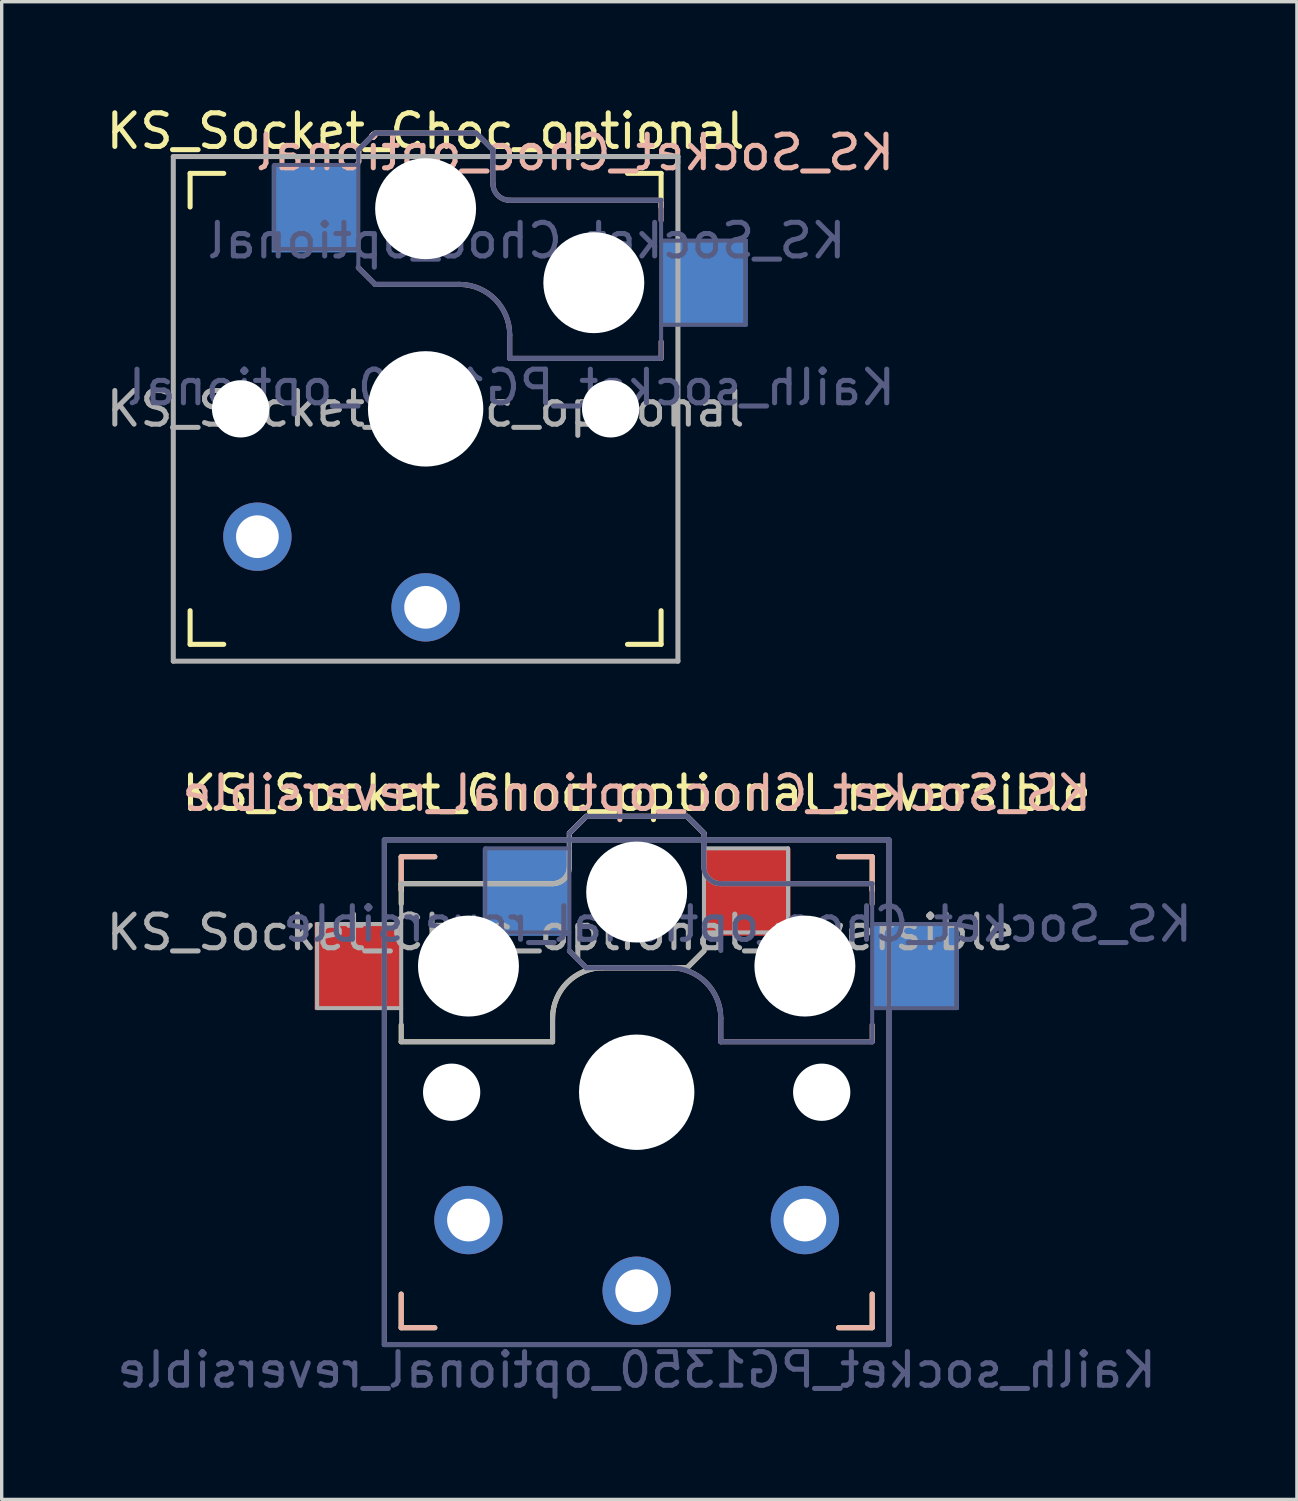
<source format=kicad_pcb>
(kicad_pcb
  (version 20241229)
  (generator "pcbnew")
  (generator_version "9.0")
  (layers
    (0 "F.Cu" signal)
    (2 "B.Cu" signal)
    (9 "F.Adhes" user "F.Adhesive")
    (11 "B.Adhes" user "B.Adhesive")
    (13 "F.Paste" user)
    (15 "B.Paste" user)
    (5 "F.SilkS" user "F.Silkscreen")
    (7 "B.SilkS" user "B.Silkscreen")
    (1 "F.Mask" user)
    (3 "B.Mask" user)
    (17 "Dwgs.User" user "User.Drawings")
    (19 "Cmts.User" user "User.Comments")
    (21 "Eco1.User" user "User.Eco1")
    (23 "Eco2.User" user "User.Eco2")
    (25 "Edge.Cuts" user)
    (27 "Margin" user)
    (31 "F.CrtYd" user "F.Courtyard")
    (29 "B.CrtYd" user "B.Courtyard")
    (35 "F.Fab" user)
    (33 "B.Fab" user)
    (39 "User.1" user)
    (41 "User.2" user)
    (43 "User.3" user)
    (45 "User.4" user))
  (footprint "KS_Socket_Choc_optional_reversible"
    (layer "F.Cu")
    (at 15.875 29.416)
    (property "Reference" "KS_Socket_Choc_optional_reversible" (at 0 -8.89 0) (layer "F.SilkS") (effects (font (size 1 1) (thickness 0.15))))
    (property "Value" "Kailh_socket_PG1350_optional_reversible" (at 0 8.255 0) (layer "F.Fab") (hide yes) (effects (font (size 1 1) (thickness 0.15))))
    (attr through_hole)
    (fp_line (start -7 -7) (end -6 -7) (stroke (width 0.15) (type solid)) (layer "F.SilkS"))
    (fp_line (start -7 -6.2) (end -2.5 -6.2) (stroke (width 0.15) (type solid)) (layer "F.SilkS"))
    (fp_line (start -7 -6) (end -7 -7) (stroke (width 0.15) (type solid)) (layer "F.SilkS"))
    (fp_line (start -7 -5.6) (end -7 -6.2) (stroke (width 0.15) (type solid)) (layer "F.SilkS"))
    (fp_line (start -7 -1.5) (end -7 -2) (stroke (width 0.15) (type solid)) (layer "F.SilkS"))
    (fp_line (start -7 7) (end -7 6) (stroke (width 0.15) (type solid)) (layer "F.SilkS"))
    (fp_line (start -6 7) (end -7 7) (stroke (width 0.15) (type solid)) (layer "F.SilkS"))
    (fp_line (start -2.5 -2.2) (end -2.5 -1.5) (stroke (width 0.15) (type solid)) (layer "F.SilkS"))
    (fp_line (start -2.5 -1.5) (end -7 -1.5) (stroke (width 0.15) (type solid)) (layer "F.SilkS"))
    (fp_line (start -2 -6.7) (end -2 -7.7) (stroke (width 0.15) (type solid)) (layer "F.SilkS"))
    (fp_line (start -1.5 -8.2) (end -2 -7.7) (stroke (width 0.15) (type solid)) (layer "F.SilkS"))
    (fp_line (start 1.5 -8.2) (end -1.5 -8.2) (stroke (width 0.15) (type solid)) (layer "F.SilkS"))
    (fp_line (start 1.5 -3.7) (end -1 -3.7) (stroke (width 0.15) (type solid)) (layer "F.SilkS"))
    (fp_line (start 2 -7.7) (end 1.5 -8.2) (stroke (width 0.15) (type solid)) (layer "F.SilkS"))
    (fp_line (start 2 -4.2) (end 1.5 -3.7) (stroke (width 0.15) (type solid)) (layer "F.SilkS"))
    (fp_line (start 6 -7) (end 7 -7) (stroke (width 0.15) (type solid)) (layer "F.SilkS"))
    (fp_line (start 7 -7) (end 7 -6) (stroke (width 0.15) (type solid)) (layer "F.SilkS"))
    (fp_line (start 7 6) (end 7 7) (stroke (width 0.15) (type solid)) (layer "F.SilkS"))
    (fp_line (start 7 7) (end 6 7) (stroke (width 0.15) (type solid)) (layer "F.SilkS"))
    (fp_arc (start -2.5 -2.2) (mid -2.06066 -3.26066) (end -1 -3.7) (stroke (width 0.15) (type solid)) (layer "F.SilkS"))
    (fp_arc (start -2 -6.7) (mid -2.146447 -6.346447) (end -2.5 -6.2) (stroke (width 0.15) (type solid)) (layer "F.SilkS"))
    (fp_line (start -7 -7) (end -6 -7) (stroke (width 0.15) (type solid)) (layer "B.SilkS"))
    (fp_line (start -7 -6) (end -7 -7) (stroke (width 0.15) (type solid)) (layer "B.SilkS"))
    (fp_line (start -7 7) (end -7 6) (stroke (width 0.15) (type solid)) (layer "B.SilkS"))
    (fp_line (start -6 7) (end -7 7) (stroke (width 0.15) (type solid)) (layer "B.SilkS"))
    (fp_line (start -2 -7.7) (end -1.5 -8.2) (stroke (width 0.15) (type solid)) (layer "B.SilkS"))
    (fp_line (start -2 -4.2) (end -1.5 -3.7) (stroke (width 0.15) (type solid)) (layer "B.SilkS"))
    (fp_line (start -1.5 -8.2) (end 1.5 -8.2) (stroke (width 0.15) (type solid)) (layer "B.SilkS"))
    (fp_line (start -1.5 -3.7) (end 1 -3.7) (stroke (width 0.15) (type solid)) (layer "B.SilkS"))
    (fp_line (start 1.5 -8.2) (end 2 -7.7) (stroke (width 0.15) (type solid)) (layer "B.SilkS"))
    (fp_line (start 2 -6.7) (end 2 -7.7) (stroke (width 0.15) (type solid)) (layer "B.SilkS"))
    (fp_line (start 2.5 -2.2) (end 2.5 -1.5) (stroke (width 0.15) (type solid)) (layer "B.SilkS"))
    (fp_line (start 2.5 -1.5) (end 7 -1.5) (stroke (width 0.15) (type solid)) (layer "B.SilkS"))
    (fp_line (start 6 -7) (end 7 -7) (stroke (width 0.15) (type solid)) (layer "B.SilkS"))
    (fp_line (start 7 -7) (end 7 -6) (stroke (width 0.15) (type solid)) (layer "B.SilkS"))
    (fp_line (start 7 -6.2) (end 2.5 -6.2) (stroke (width 0.15) (type solid)) (layer "B.SilkS"))
    (fp_line (start 7 -5.6) (end 7 -6.2) (stroke (width 0.15) (type solid)) (layer "B.SilkS"))
    (fp_line (start 7 -1.5) (end 7 -2) (stroke (width 0.15) (type solid)) (layer "B.SilkS"))
    (fp_line (start 7 6) (end 7 7) (stroke (width 0.15) (type solid)) (layer "B.SilkS"))
    (fp_line (start 7 7) (end 6 7) (stroke (width 0.15) (type solid)) (layer "B.SilkS"))
    (fp_arc (start 1 -3.7) (mid 2.06066 -3.26066) (end 2.5 -2.2) (stroke (width 0.15) (type solid)) (layer "B.SilkS"))
    (fp_arc (start 2.5 -6.2) (mid 2.146447 -6.346447) (end 2 -6.7) (stroke (width 0.15) (type solid)) (layer "B.SilkS"))
    (fp_line (start -6.9 6.9) (end -6.9 -6.9) (stroke (width 0.15) (type solid)) (layer "Eco2.User"))
    (fp_line (start -6.9 6.9) (end 6.9 6.9) (stroke (width 0.15) (type solid)) (layer "Eco2.User"))
    (fp_line (start -2.6 -3.1) (end -2.6 -6.3) (stroke (width 0.15) (type solid)) (layer "Eco2.User"))
    (fp_line (start -2.6 -3.1) (end 2.6 -3.1) (stroke (width 0.15) (type solid)) (layer "Eco2.User"))
    (fp_line (start 2.6 -6.3) (end -2.6 -6.3) (stroke (width 0.15) (type solid)) (layer "Eco2.User"))
    (fp_line (start 2.6 -3.1) (end 2.6 -6.3) (stroke (width 0.15) (type solid)) (layer "Eco2.User"))
    (fp_line (start 6.9 -6.9) (end -6.9 -6.9) (stroke (width 0.15) (type solid)) (layer "Eco2.User"))
    (fp_line (start 6.9 -6.9) (end 6.9 6.9) (stroke (width 0.15) (type solid)) (layer "Eco2.User"))
    (fp_line (start -7.5 -7.5) (end 7.5 -7.5) (stroke (width 0.15) (type solid)) (layer "B.Fab"))
    (fp_line (start -7.5 7.5) (end -7.5 -7.5) (stroke (width 0.15) (type solid)) (layer "B.Fab"))
    (fp_line (start -4.5 -7.25) (end -2 -7.25) (stroke (width 0.12) (type solid)) (layer "B.Fab"))
    (fp_line (start -4.5 -4.75) (end -4.5 -7.25) (stroke (width 0.12) (type solid)) (layer "B.Fab"))
    (fp_line (start -2 -7.7) (end -1.5 -8.2) (stroke (width 0.15) (type solid)) (layer "B.Fab"))
    (fp_line (start -2 -4.75) (end -4.5 -4.75) (stroke (width 0.12) (type solid)) (layer "B.Fab"))
    (fp_line (start -2 -4.25) (end -2 -7.7) (stroke (width 0.12) (type solid)) (layer "B.Fab"))
    (fp_line (start -2 -4.2) (end -1.5 -3.7) (stroke (width 0.15) (type solid)) (layer "B.Fab"))
    (fp_line (start -1.5 -8.2) (end 1.5 -8.2) (stroke (width 0.15) (type solid)) (layer "B.Fab"))
    (fp_line (start -1.5 -3.7) (end 1 -3.7) (stroke (width 0.15) (type solid)) (layer "B.Fab"))
    (fp_line (start 1.5 -8.2) (end 2 -7.7) (stroke (width 0.15) (type solid)) (layer "B.Fab"))
    (fp_line (start 2 -6.7) (end 2 -7.7) (stroke (width 0.15) (type solid)) (layer "B.Fab"))
    (fp_line (start 2.5 -2.2) (end 2.5 -1.5) (stroke (width 0.15) (type solid)) (layer "B.Fab"))
    (fp_line (start 2.5 -1.5) (end 7 -1.5) (stroke (width 0.15) (type solid)) (layer "B.Fab"))
    (fp_line (start 7 -6.2) (end 2.5 -6.2) (stroke (width 0.15) (type solid)) (layer "B.Fab"))
    (fp_line (start 7 -5) (end 9.5 -5) (stroke (width 0.12) (type solid)) (layer "B.Fab"))
    (fp_line (start 7 -1.5) (end 7 -6.2) (stroke (width 0.12) (type solid)) (layer "B.Fab"))
    (fp_line (start 7.5 -7.5) (end 7.5 7.5) (stroke (width 0.15) (type solid)) (layer "B.Fab"))
    (fp_line (start 7.5 7.5) (end -7.5 7.5) (stroke (width 0.15) (type solid)) (layer "B.Fab"))
    (fp_line (start 9.5 -5) (end 9.5 -2.5) (stroke (width 0.12) (type solid)) (layer "B.Fab"))
    (fp_line (start 9.5 -2.5) (end 7 -2.5) (stroke (width 0.12) (type solid)) (layer "B.Fab"))
    (fp_arc (start 1 -3.7) (mid 2.06066 -3.26066) (end 2.5 -2.2) (stroke (width 0.15) (type solid)) (layer "B.Fab"))
    (fp_arc (start 2.5 -6.2) (mid 2.146447 -6.346447) (end 2 -6.7) (stroke (width 0.15) (type solid)) (layer "B.Fab"))
    (fp_line (start -9.5 -5) (end -9.5 -2.5) (stroke (width 0.12) (type solid)) (layer "F.Fab"))
    (fp_line (start -9.5 -2.5) (end -7 -2.5) (stroke (width 0.12) (type solid)) (layer "F.Fab"))
    (fp_line (start -7.5 -7.5) (end 7.5 -7.5) (stroke (width 0.15) (type solid)) (layer "F.Fab"))
    (fp_line (start -7.5 7.5) (end -7.5 -7.5) (stroke (width 0.15) (type solid)) (layer "F.Fab"))
    (fp_line (start -7 -6.2) (end -2.5 -6.2) (stroke (width 0.15) (type solid)) (layer "F.Fab"))
    (fp_line (start -7 -5) (end -9.5 -5) (stroke (width 0.12) (type solid)) (layer "F.Fab"))
    (fp_line (start -7 -1.5) (end -7 -6.2) (stroke (width 0.12) (type solid)) (layer "F.Fab"))
    (fp_line (start -2.5 -2.2) (end -2.5 -1.5) (stroke (width 0.15) (type solid)) (layer "F.Fab"))
    (fp_line (start -2.5 -1.5) (end -7 -1.5) (stroke (width 0.15) (type solid)) (layer "F.Fab"))
    (fp_line (start -2 -6.7) (end -2 -7.7) (stroke (width 0.15) (type solid)) (layer "F.Fab"))
    (fp_line (start -1.5 -8.2) (end -2 -7.7) (stroke (width 0.15) (type solid)) (layer "F.Fab"))
    (fp_line (start 1.5 -8.2) (end -1.5 -8.2) (stroke (width 0.15) (type solid)) (layer "F.Fab"))
    (fp_line (start 1.5 -3.7) (end -1 -3.7) (stroke (width 0.15) (type solid)) (layer "F.Fab"))
    (fp_line (start 2 -7.7) (end 1.5 -8.2) (stroke (width 0.15) (type solid)) (layer "F.Fab"))
    (fp_line (start 2 -4.75) (end 4.5 -4.75) (stroke (width 0.12) (type solid)) (layer "F.Fab"))
    (fp_line (start 2 -4.25) (end 2 -7.7) (stroke (width 0.12) (type solid)) (layer "F.Fab"))
    (fp_line (start 2 -4.2) (end 1.5 -3.7) (stroke (width 0.15) (type solid)) (layer "F.Fab"))
    (fp_line (start 4.5 -7.25) (end 2 -7.25) (stroke (width 0.12) (type solid)) (layer "F.Fab"))
    (fp_line (start 4.5 -4.75) (end 4.5 -7.25) (stroke (width 0.12) (type solid)) (layer "F.Fab"))
    (fp_line (start 7.5 -7.5) (end 7.5 7.5) (stroke (width 0.15) (type solid)) (layer "F.Fab"))
    (fp_line (start 7.5 7.5) (end -7.5 7.5) (stroke (width 0.15) (type solid)) (layer "F.Fab"))
    (fp_arc (start -2.5 -2.2) (mid -2.06066 -3.26066) (end -1 -3.7) (stroke (width 0.15) (type solid)) (layer "F.Fab"))
    (fp_arc (start -2 -6.7) (mid -2.146447 -6.346447) (end -2.5 -6.2) (stroke (width 0.15) (type solid)) (layer "F.Fab"))
    (fp_text user "${REFERENCE}" (at 0 -8.89 0) (layer "B.SilkS") (effects (font (size 1 1) (thickness 0.15)) (justify mirror)))
    (fp_text user "${VALUE}" (at 0 8.255 0) (layer "B.Fab") (effects (font (size 1 1) (thickness 0.15)) (justify mirror)))
    (fp_text user "${REFERENCE}" (at 3 -5 180) (layer "B.Fab") (effects (font (size 1 1) (thickness 0.15)) (justify mirror)))
    (fp_text user "${REFERENCE}" (at -2.25 -4.75 0) (layer "F.Fab") (effects (font (size 1 1) (thickness 0.15))))
    (pad "" np_thru_hole circle (at -5.5 0) (size 1.702 1.702) (drill 1.702) (layers "*.Cu" "*.Mask"))
    (pad "" np_thru_hole circle (at -5 -3.75) (size 3 3) (drill 3) (layers "*.Cu" "*.Mask"))
    (pad "" np_thru_hole circle (at 0 -5.95) (size 3 3) (drill 3) (layers "*.Cu" "*.Mask"))
    (pad "" np_thru_hole circle (at 0 0) (size 3.429 3.429) (drill 3.429) (layers "*.Cu" "*.Mask"))
    (pad "" np_thru_hole circle (at 5 -3.75) (size 3 3) (drill 3) (layers "*.Cu" "*.Mask"))
    (pad "" np_thru_hole circle (at 5.5 0) (size 1.702 1.702) (drill 1.702) (layers "*.Cu" "*.Mask"))
    (pad "1" smd rect (at -3.275 -5.95) (size 2.6 2.6) (layers "B.Cu" "B.Mask" "B.Paste"))
    (pad "1" thru_hole circle (at 0 5.9) (size 2.032 2.032) (drill 1.27) (layers "*.Cu" "*.Mask"))
    (pad "1" smd rect (at 3.275 -5.95) (size 2.6 2.6) (layers "F.Cu" "F.Mask" "F.Paste"))
    (pad "2" smd rect (at -8.275 -3.75) (size 2.6 2.6) (layers "F.Cu" "F.Mask" "F.Paste"))
    (pad "2" thru_hole circle (at -5 3.8) (size 2.032 2.032) (drill 1.27) (layers "*.Cu" "*.Mask"))
    (pad "2" thru_hole circle (at 5 3.8) (size 2.032 2.032) (drill 1.27) (layers "*.Cu" "*.Mask"))
    (pad "2" smd rect (at 8.275 -3.75) (size 2.6 2.6) (layers "B.Cu" "B.Mask" "B.Paste")))
  (footprint "KS_Socket_Choc_optional"
    (layer "F.Cu")
    (at 9.601 9.103)
    (property "Reference" "KS_Socket_Choc_optional" (at 0 -8.255 0) (layer "F.SilkS") (effects (font (size 1 1) (thickness 0.15))))
    (property "Value" "Kailh_socket_PG1350_optional" (at 0 8.25 0) (layer "F.Fab") (hide yes) (effects (font (size 1 1) (thickness 0.15))))
    (attr through_hole)
    (fp_line (start -7 -6) (end -7 -7) (stroke (width 0.15) (type solid)) (layer "F.SilkS"))
    (fp_line (start -7 7) (end -7 6) (stroke (width 0.15) (type solid)) (layer "F.SilkS"))
    (fp_line (start -7 7) (end -6 7) (stroke (width 0.15) (type solid)) (layer "F.SilkS"))
    (fp_line (start -6 -7) (end -7 -7) (stroke (width 0.15) (type solid)) (layer "F.SilkS"))
    (fp_line (start 6 7) (end 7 7) (stroke (width 0.15) (type solid)) (layer "F.SilkS"))
    (fp_line (start 7 -7) (end 6 -7) (stroke (width 0.15) (type solid)) (layer "F.SilkS"))
    (fp_line (start 7 -7) (end 7 -6) (stroke (width 0.15) (type solid)) (layer "F.SilkS"))
    (fp_line (start 7 6) (end 7 7) (stroke (width 0.15) (type solid)) (layer "F.SilkS"))
    (fp_line (start -2 -7.7) (end -1.5 -8.2) (stroke (width 0.15) (type solid)) (layer "B.SilkS"))
    (fp_line (start -2 -4.2) (end -1.5 -3.7) (stroke (width 0.15) (type solid)) (layer "B.SilkS"))
    (fp_line (start -1.5 -8.2) (end 1.5 -8.2) (stroke (width 0.15) (type solid)) (layer "B.SilkS"))
    (fp_line (start -1.5 -3.7) (end 1 -3.7) (stroke (width 0.15) (type solid)) (layer "B.SilkS"))
    (fp_line (start 1.5 -8.2) (end 2 -7.7) (stroke (width 0.15) (type solid)) (layer "B.SilkS"))
    (fp_line (start 2 -6.7) (end 2 -7.7) (stroke (width 0.15) (type solid)) (layer "B.SilkS"))
    (fp_line (start 2.5 -2.2) (end 2.5 -1.5) (stroke (width 0.15) (type solid)) (layer "B.SilkS"))
    (fp_line (start 2.5 -1.5) (end 7 -1.5) (stroke (width 0.15) (type solid)) (layer "B.SilkS"))
    (fp_line (start 7 -6.2) (end 2.5 -6.2) (stroke (width 0.15) (type solid)) (layer "B.SilkS"))
    (fp_line (start 7 -5.6) (end 7 -6.2) (stroke (width 0.15) (type solid)) (layer "B.SilkS"))
    (fp_line (start 7 -1.5) (end 7 -2) (stroke (width 0.15) (type solid)) (layer "B.SilkS"))
    (fp_arc (start 1 -3.7) (mid 2.06066 -3.26066) (end 2.5 -2.2) (stroke (width 0.15) (type solid)) (layer "B.SilkS"))
    (fp_arc (start 2.5 -6.2) (mid 2.146447 -6.346447) (end 2 -6.7) (stroke (width 0.15) (type solid)) (layer "B.SilkS"))
    (fp_line (start -6.9 6.9) (end -6.9 -6.9) (stroke (width 0.15) (type solid)) (layer "Eco2.User"))
    (fp_line (start -6.9 6.9) (end 6.9 6.9) (stroke (width 0.15) (type solid)) (layer "Eco2.User"))
    (fp_line (start -2.6 -3.1) (end -2.6 -6.3) (stroke (width 0.15) (type solid)) (layer "Eco2.User"))
    (fp_line (start -2.6 -3.1) (end 2.6 -3.1) (stroke (width 0.15) (type solid)) (layer "Eco2.User"))
    (fp_line (start 2.6 -6.3) (end -2.6 -6.3) (stroke (width 0.15) (type solid)) (layer "Eco2.User"))
    (fp_line (start 2.6 -3.1) (end 2.6 -6.3) (stroke (width 0.15) (type solid)) (layer "Eco2.User"))
    (fp_line (start 6.9 -6.9) (end -6.9 -6.9) (stroke (width 0.15) (type solid)) (layer "Eco2.User"))
    (fp_line (start 6.9 -6.9) (end 6.9 6.9) (stroke (width 0.15) (type solid)) (layer "Eco2.User"))
    (fp_line (start -4.5 -7.25) (end -2 -7.25) (stroke (width 0.12) (type solid)) (layer "B.Fab"))
    (fp_line (start -4.5 -4.75) (end -4.5 -7.25) (stroke (width 0.12) (type solid)) (layer "B.Fab"))
    (fp_line (start -2 -7.7) (end -1.5 -8.2) (stroke (width 0.15) (type solid)) (layer "B.Fab"))
    (fp_line (start -2 -4.75) (end -4.5 -4.75) (stroke (width 0.12) (type solid)) (layer "B.Fab"))
    (fp_line (start -2 -4.25) (end -2 -7.7) (stroke (width 0.12) (type solid)) (layer "B.Fab"))
    (fp_line (start -2 -4.2) (end -1.5 -3.7) (stroke (width 0.15) (type solid)) (layer "B.Fab"))
    (fp_line (start -1.5 -8.2) (end 1.5 -8.2) (stroke (width 0.15) (type solid)) (layer "B.Fab"))
    (fp_line (start -1.5 -3.7) (end 1 -3.7) (stroke (width 0.15) (type solid)) (layer "B.Fab"))
    (fp_line (start 1.5 -8.2) (end 2 -7.7) (stroke (width 0.15) (type solid)) (layer "B.Fab"))
    (fp_line (start 2 -6.7) (end 2 -7.7) (stroke (width 0.15) (type solid)) (layer "B.Fab"))
    (fp_line (start 2.5 -2.2) (end 2.5 -1.5) (stroke (width 0.15) (type solid)) (layer "B.Fab"))
    (fp_line (start 2.5 -1.5) (end 7 -1.5) (stroke (width 0.15) (type solid)) (layer "B.Fab"))
    (fp_line (start 7 -6.2) (end 2.5 -6.2) (stroke (width 0.15) (type solid)) (layer "B.Fab"))
    (fp_line (start 7 -5) (end 9.5 -5) (stroke (width 0.12) (type solid)) (layer "B.Fab"))
    (fp_line (start 7 -1.5) (end 7 -6.2) (stroke (width 0.12) (type solid)) (layer "B.Fab"))
    (fp_line (start 9.5 -5) (end 9.5 -2.5) (stroke (width 0.12) (type solid)) (layer "B.Fab"))
    (fp_line (start 9.5 -2.5) (end 7 -2.5) (stroke (width 0.12) (type solid)) (layer "B.Fab"))
    (fp_arc (start 1 -3.7) (mid 2.06066 -3.26066) (end 2.5 -2.2) (stroke (width 0.15) (type solid)) (layer "B.Fab"))
    (fp_arc (start 2.5 -6.2) (mid 2.146447 -6.346447) (end 2 -6.7) (stroke (width 0.15) (type solid)) (layer "B.Fab"))
    (fp_line (start -7.5 -7.5) (end 7.5 -7.5) (stroke (width 0.15) (type solid)) (layer "F.Fab"))
    (fp_line (start -7.5 7.5) (end -7.5 -7.5) (stroke (width 0.15) (type solid)) (layer "F.Fab"))
    (fp_line (start 7.5 -7.5) (end 7.5 7.5) (stroke (width 0.15) (type solid)) (layer "F.Fab"))
    (fp_line (start 7.5 7.5) (end -7.5 7.5) (stroke (width 0.15) (type solid)) (layer "F.Fab"))
    (fp_text user "${REFERENCE}" (at 4.445 -7.62 0) (layer "B.SilkS") (effects (font (size 1 1) (thickness 0.15)) (justify mirror)))
    (fp_text user "${REFERENCE}" (at 3 -5 180) (layer "B.Fab") (effects (font (size 1 1) (thickness 0.15)) (justify mirror)))
    (fp_text user "${VALUE}" (at 2.54 -0.635 0) (layer "B.Fab") (effects (font (size 1 1) (thickness 0.15)) (justify mirror)))
    (fp_text user "${REFERENCE}" (at 0 0 0) (layer "F.Fab") (effects (font (size 1 1) (thickness 0.15))))
    (pad "" np_thru_hole circle (at -5.5 0) (size 1.702 1.702) (drill 1.702) (layers "*.Cu" "*.Mask"))
    (pad "" np_thru_hole circle (at 0 -5.95) (size 3 3) (drill 3) (layers "*.Cu" "*.Mask"))
    (pad "" np_thru_hole circle (at 0 0) (size 3.429 3.429) (drill 3.429) (layers "*.Cu" "*.Mask"))
    (pad "" np_thru_hole circle (at 5 -3.75) (size 3 3) (drill 3) (layers "*.Cu" "*.Mask"))
    (pad "" np_thru_hole circle (at 5.5 0) (size 1.702 1.702) (drill 1.702) (layers "*.Cu" "*.Mask"))
    (pad "1" smd rect (at -3.275 -5.95) (size 2.6 2.6) (layers "B.Cu" "B.Mask" "B.Paste"))
    (pad "1" thru_hole circle (at 0 5.9) (size 2.032 2.032) (drill 1.27) (layers "*.Cu" "*.Mask"))
    (pad "2" thru_hole circle (at -5 3.8) (size 2.032 2.032) (drill 1.27) (layers "*.Cu" "*.Mask"))
    (pad "2" smd rect (at 8.275 -3.75) (size 2.6 2.6) (layers "B.Cu" "B.Mask" "B.Paste")))
  (gr_rect
    (start -3 -3)
    (end 35.5 41.52)
    (stroke (width 0.1) (type default))
    (fill no)
    (layer "Edge.Cuts")))
</source>
